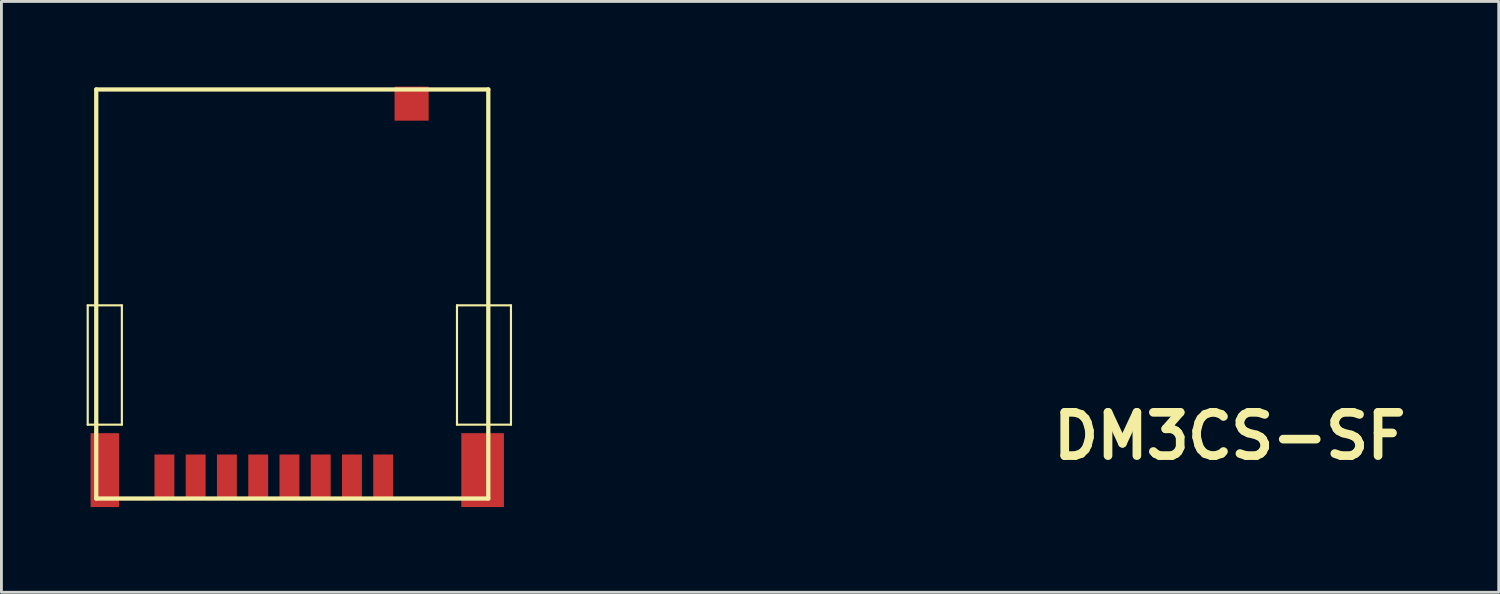
<source format=kicad_pcb>
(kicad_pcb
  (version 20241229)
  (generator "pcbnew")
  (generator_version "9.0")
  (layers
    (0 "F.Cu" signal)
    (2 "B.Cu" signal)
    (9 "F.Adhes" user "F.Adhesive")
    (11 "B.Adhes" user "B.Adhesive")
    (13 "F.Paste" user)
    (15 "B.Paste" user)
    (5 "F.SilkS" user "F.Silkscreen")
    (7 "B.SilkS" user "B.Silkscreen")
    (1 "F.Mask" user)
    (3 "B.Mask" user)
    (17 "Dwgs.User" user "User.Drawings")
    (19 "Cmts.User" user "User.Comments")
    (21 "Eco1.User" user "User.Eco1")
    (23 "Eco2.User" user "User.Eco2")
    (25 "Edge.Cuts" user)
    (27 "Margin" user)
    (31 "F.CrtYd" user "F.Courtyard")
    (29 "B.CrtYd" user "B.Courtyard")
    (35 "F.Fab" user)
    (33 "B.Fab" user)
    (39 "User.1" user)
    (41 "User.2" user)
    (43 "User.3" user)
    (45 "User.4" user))
  (footprint "DM3CS-SF"
    (layer "F.Cu")
    (at 7.239 7.3)
    (property "Reference" "DM3CS-SF" (at 33 5.001 0) (layer "F.SilkS") (effects (font (size 1.524 1.524) (thickness 0.305))))
    (attr through_hole)
    (fp_line (start -7.201 0.399) (end -7.201 4.6) (stroke (width 0.076) (type solid)) (layer "F.SilkS"))
    (fp_line (start -7.201 4.6) (end -5.999 4.6) (stroke (width 0.076) (type solid)) (layer "F.SilkS"))
    (fp_line (start -6.901 -7.201) (end 6.901 -7.201) (stroke (width 0.15) (type solid)) (layer "F.SilkS"))
    (fp_line (start -6.901 7.201) (end -6.901 -7.201) (stroke (width 0.15) (type solid)) (layer "F.SilkS"))
    (fp_line (start -5.999 0.399) (end -7.201 0.399) (stroke (width 0.076) (type solid)) (layer "F.SilkS"))
    (fp_line (start -5.999 4.6) (end -5.999 0.399) (stroke (width 0.076) (type solid)) (layer "F.SilkS"))
    (fp_line (start 5.799 0.399) (end 7.699 0.399) (stroke (width 0.076) (type solid)) (layer "F.SilkS"))
    (fp_line (start 5.799 4.6) (end 5.799 0.399) (stroke (width 0.076) (type solid)) (layer "F.SilkS"))
    (fp_line (start 6.901 -7.201) (end 6.901 7.201) (stroke (width 0.15) (type solid)) (layer "F.SilkS"))
    (fp_line (start 6.901 7.201) (end -6.901 7.201) (stroke (width 0.15) (type solid)) (layer "F.SilkS"))
    (fp_line (start 7.699 0.399) (end 7.699 4.6) (stroke (width 0.076) (type solid)) (layer "F.SilkS"))
    (fp_line (start 7.699 4.6) (end 5.799 4.6) (stroke (width 0.076) (type solid)) (layer "F.SilkS"))
    (pad "0" smd rect (at -6.599 6.2) (size 1.001 2.601) (layers "F.Cu" "F.Mask" "F.Paste"))
    (pad "0" smd rect (at 4.201 -6.701) (size 1.199 1.199) (layers "F.Cu" "F.Mask" "F.Paste"))
    (pad "0" smd rect (at 6.701 6.2) (size 1.501 2.601) (layers "F.Cu" "F.Mask" "F.Paste"))
    (pad "1" smd rect (at 3.2 6.401) (size 0.701 1.501) (layers "F.Cu" "F.Mask" "F.Paste"))
    (pad "2" smd rect (at 2.101 6.401) (size 0.701 1.501) (layers "F.Cu" "F.Mask" "F.Paste"))
    (pad "3" smd rect (at 1.001 6.401) (size 0.701 1.501) (layers "F.Cu" "F.Mask" "F.Paste"))
    (pad "4" smd rect (at -0.099 6.401) (size 0.701 1.501) (layers "F.Cu" "F.Mask" "F.Paste"))
    (pad "5" smd rect (at -1.199 6.401) (size 0.701 1.501) (layers "F.Cu" "F.Mask" "F.Paste"))
    (pad "6" smd rect (at -2.301 6.401) (size 0.701 1.501) (layers "F.Cu" "F.Mask" "F.Paste"))
    (pad "7" smd rect (at -3.401 6.401) (size 0.701 1.501) (layers "F.Cu" "F.Mask" "F.Paste"))
    (pad "8" smd rect (at -4.501 6.401) (size 0.701 1.501) (layers "F.Cu" "F.Mask" "F.Paste")))
  (gr_rect
    (start -3 -3)
    (end 49.712 17.801)
    (stroke (width 0.1) (type default))
    (fill no)
    (layer "Edge.Cuts")))
</source>
